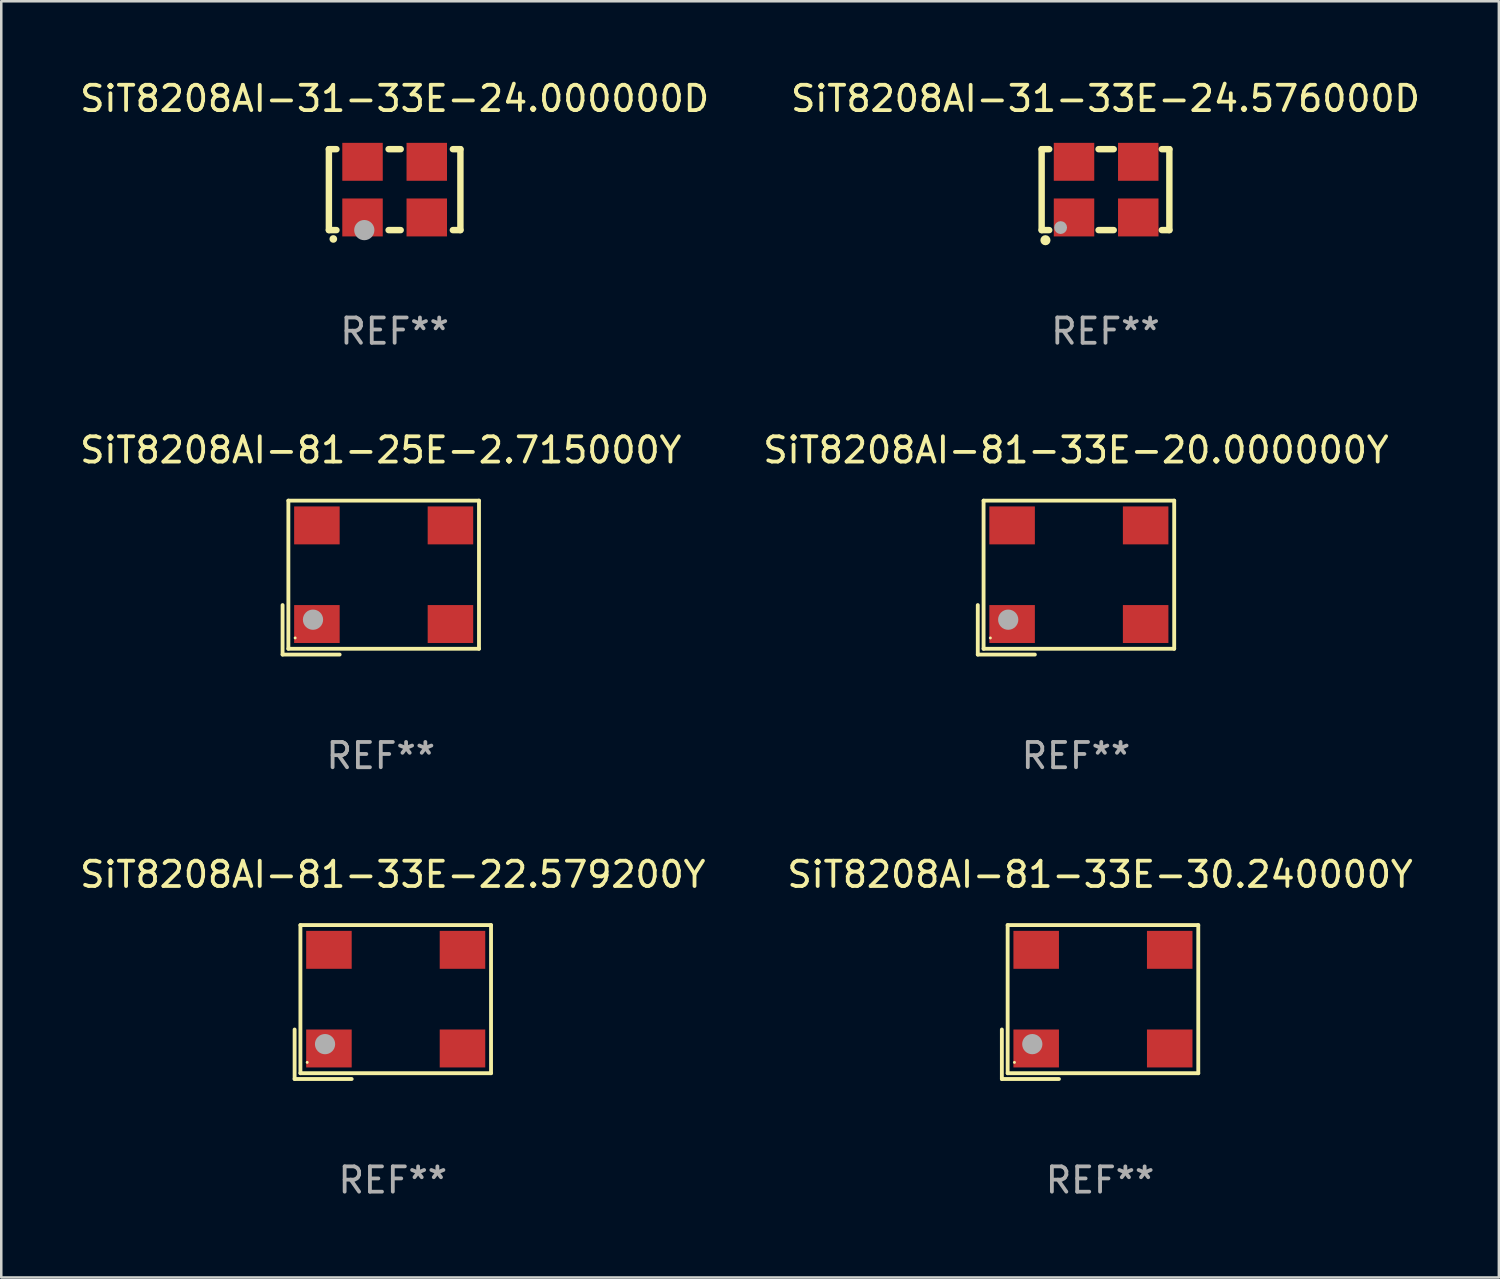
<source format=kicad_pcb>
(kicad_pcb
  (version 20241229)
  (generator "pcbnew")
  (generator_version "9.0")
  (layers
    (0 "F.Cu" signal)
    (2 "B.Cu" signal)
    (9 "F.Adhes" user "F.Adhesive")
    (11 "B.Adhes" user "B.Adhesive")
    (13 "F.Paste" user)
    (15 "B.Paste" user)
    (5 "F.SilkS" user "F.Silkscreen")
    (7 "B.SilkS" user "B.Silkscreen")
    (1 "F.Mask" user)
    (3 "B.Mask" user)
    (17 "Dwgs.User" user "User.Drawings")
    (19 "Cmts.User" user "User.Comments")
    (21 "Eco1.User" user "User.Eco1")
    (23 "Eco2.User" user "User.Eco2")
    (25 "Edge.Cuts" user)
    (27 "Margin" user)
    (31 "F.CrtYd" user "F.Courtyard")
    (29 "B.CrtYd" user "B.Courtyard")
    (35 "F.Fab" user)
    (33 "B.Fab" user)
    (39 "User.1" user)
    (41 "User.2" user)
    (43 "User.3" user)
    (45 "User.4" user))
  (footprint "SiT8208AI-31-33E-24.000000D"
    (layer "F.Cu")
    (at 12.554 4.448)
    (property "Reference" "SiT8208AI-31-33E-24.000000D" (at 0 -3.6 0) (layer "F.SilkS") (effects (font (size 1 1) (thickness 0.15))))
    (attr through_hole)
    (fp_line (start -2.6 -1.6) (end -2.301 -1.6) (stroke (width 0.254) (type solid)) (layer "F.SilkS"))
    (fp_line (start -2.6 1.6) (end -2.6 -1.6) (stroke (width 0.254) (type solid)) (layer "F.SilkS"))
    (fp_line (start -2.301 1.6) (end -2.6 1.6) (stroke (width 0.254) (type solid)) (layer "F.SilkS"))
    (fp_line (start -0.239 -1.6) (end 0.239 -1.6) (stroke (width 0.254) (type solid)) (layer "F.SilkS"))
    (fp_line (start 0.239 1.6) (end -0.239 1.6) (stroke (width 0.254) (type solid)) (layer "F.SilkS"))
    (fp_line (start 2.301 -1.6) (end 2.6 -1.6) (stroke (width 0.254) (type solid)) (layer "F.SilkS"))
    (fp_line (start 2.6 -1.6) (end 2.6 1.6) (stroke (width 0.254) (type solid)) (layer "F.SilkS"))
    (fp_line (start 2.6 1.6) (end 2.301 1.6) (stroke (width 0.254) (type solid)) (layer "F.SilkS"))
    (fp_arc (start -2.426213 1.949987) (mid -2.424943 1.949982) (end -2.423673 1.949987) (stroke (width 0.3) (type solid)) (layer "F.SilkS"))
    (fp_circle (center -2.5 1.6) (end -2.47 1.6) (stroke (width 0.06) (type solid)) (fill no) (layer "F.SilkS"))
    (fp_circle (center -1.2 1.6) (end -1 1.6) (stroke (width 0.4) (type solid)) (fill no) (layer "F.Fab"))
    (fp_text user "REF**" (at 0 5.6 0) (layer "F.Fab") (effects (font (size 1 1) (thickness 0.15))))
    (pad "1" smd rect (at -1.27 1.1) (size 1.6 1.5) (layers "F.Cu" "F.Mask" "F.Paste"))
    (pad "2" smd rect (at 1.27 1.1) (size 1.6 1.5) (layers "F.Cu" "F.Mask" "F.Paste"))
    (pad "3" smd rect (at 1.27 -1.1) (size 1.6 1.5) (layers "F.Cu" "F.Mask" "F.Paste"))
    (pad "4" smd rect (at -1.27 -1.1) (size 1.6 1.5) (layers "F.Cu" "F.Mask" "F.Paste")))
  (footprint "SiT8208AI-31-33E-24.576000D"
    (layer "F.Cu")
    (at 40.661 4.448)
    (property "Reference" "SiT8208AI-31-33E-24.576000D" (at 0 -3.6 0) (layer "F.SilkS") (effects (font (size 1 1) (thickness 0.15))))
    (attr through_hole)
    (fp_line (start -2.525 -1.6) (end -2.225 -1.6) (stroke (width 0.254) (type solid)) (layer "F.SilkS"))
    (fp_line (start -2.525 1.6) (end -2.525 -1.6) (stroke (width 0.254) (type solid)) (layer "F.SilkS"))
    (fp_line (start -2.225 1.6) (end -2.525 1.6) (stroke (width 0.254) (type solid)) (layer "F.SilkS"))
    (fp_line (start -0.275 -1.6) (end 0.325 -1.6) (stroke (width 0.254) (type solid)) (layer "F.SilkS"))
    (fp_line (start -0.275 1.6) (end 0.325 1.6) (stroke (width 0.254) (type solid)) (layer "F.SilkS"))
    (fp_line (start 2.225 -1.6) (end 2.525 -1.6) (stroke (width 0.254) (type solid)) (layer "F.SilkS"))
    (fp_line (start 2.525 -1.6) (end 2.525 1.6) (stroke (width 0.254) (type solid)) (layer "F.SilkS"))
    (fp_line (start 2.525 1.6) (end 2.225 1.6) (stroke (width 0.254) (type solid)) (layer "F.SilkS"))
    (fp_circle (center -2.475 1.65) (end -2.445 1.65) (stroke (width 0.06) (type solid)) (fill no) (layer "F.SilkS"))
    (fp_circle (center -2.375 2) (end -2.275 2) (stroke (width 0.2) (type solid)) (fill no) (layer "F.SilkS"))
    (fp_circle (center -1.775 1.5) (end -1.648 1.5) (stroke (width 0.254) (type solid)) (fill no) (layer "F.Fab"))
    (fp_text user "REF**" (at 0 5.6 0) (layer "F.Fab") (effects (font (size 1 1) (thickness 0.15))))
    (pad "1" smd rect (at -1.245 1.1) (size 1.6 1.5) (layers "F.Cu" "F.Mask" "F.Paste"))
    (pad "2" smd rect (at 1.295 1.1) (size 1.6 1.5) (layers "F.Cu" "F.Mask" "F.Paste"))
    (pad "3" smd rect (at 1.295 -1.1 180) (size 1.6 1.5) (layers "F.Cu" "F.Mask" "F.Paste"))
    (pad "4" smd rect (at -1.245 -1.1) (size 1.6 1.5) (layers "F.Cu" "F.Mask" "F.Paste")))
  (footprint "SiT8208AI-81-25E-2.715000Y"
    (layer "F.Cu")
    (at 12.006 19.788)
    (property "Reference" "SiT8208AI-81-25E-2.715000Y" (at 0 -5.043 0) (layer "F.SilkS") (effects (font (size 1 1) (thickness 0.15))))
    (attr through_hole)
    (fp_line (start -3.883 1.086) (end -3.883 3.043) (stroke (width 0.152) (type solid)) (layer "F.SilkS"))
    (fp_line (start -3.883 3.043) (end -1.626 3.043) (stroke (width 0.152) (type solid)) (layer "F.SilkS"))
    (fp_line (start -3.654 -3.043) (end 3.883 -3.043) (stroke (width 0.152) (type solid)) (layer "F.SilkS"))
    (fp_line (start -3.654 2.814) (end -3.654 -3.043) (stroke (width 0.152) (type solid)) (layer "F.SilkS"))
    (fp_line (start 3.883 -3.043) (end 3.883 2.814) (stroke (width 0.152) (type solid)) (layer "F.SilkS"))
    (fp_line (start 3.883 2.814) (end -3.654 2.814) (stroke (width 0.152) (type solid)) (layer "F.SilkS"))
    (fp_circle (center -3.386 2.386) (end -3.356 2.386) (stroke (width 0.06) (type solid)) (fill no) (layer "F.SilkS"))
    (fp_circle (center -2.68 1.664) (end -2.48 1.664) (stroke (width 0.4) (type solid)) (fill no) (layer "F.Fab"))
    (fp_text user "REF**" (at 0 7.043 0) (layer "F.Fab") (effects (font (size 1 1) (thickness 0.15))))
    (pad "1" smd rect (at -2.526 1.836) (size 1.8 1.5) (layers "F.Cu" "F.Mask" "F.Paste"))
    (pad "2" smd rect (at 2.754 1.836) (size 1.8 1.5) (layers "F.Cu" "F.Mask" "F.Paste"))
    (pad "3" smd rect (at 2.754 -2.064) (size 1.8 1.5) (layers "F.Cu" "F.Mask" "F.Paste"))
    (pad "4" smd rect (at -2.526 -2.064) (size 1.8 1.5) (layers "F.Cu" "F.Mask" "F.Paste")))
  (footprint "SiT8208AI-81-33E-20.000000Y"
    (layer "F.Cu")
    (at 39.494 19.788)
    (property "Reference" "SiT8208AI-81-33E-20.000000Y" (at 0 -5.043 0) (layer "F.SilkS") (effects (font (size 1 1) (thickness 0.15))))
    (attr through_hole)
    (fp_line (start -3.883 1.086) (end -3.883 3.043) (stroke (width 0.152) (type solid)) (layer "F.SilkS"))
    (fp_line (start -3.883 3.043) (end -1.626 3.043) (stroke (width 0.152) (type solid)) (layer "F.SilkS"))
    (fp_line (start -3.654 -3.043) (end 3.883 -3.043) (stroke (width 0.152) (type solid)) (layer "F.SilkS"))
    (fp_line (start -3.654 2.814) (end -3.654 -3.043) (stroke (width 0.152) (type solid)) (layer "F.SilkS"))
    (fp_line (start 3.883 -3.043) (end 3.883 2.814) (stroke (width 0.152) (type solid)) (layer "F.SilkS"))
    (fp_line (start 3.883 2.814) (end -3.654 2.814) (stroke (width 0.152) (type solid)) (layer "F.SilkS"))
    (fp_circle (center -3.386 2.386) (end -3.356 2.386) (stroke (width 0.06) (type solid)) (fill no) (layer "F.SilkS"))
    (fp_circle (center -2.68 1.664) (end -2.48 1.664) (stroke (width 0.4) (type solid)) (fill no) (layer "F.Fab"))
    (fp_text user "REF**" (at 0 7.043 0) (layer "F.Fab") (effects (font (size 1 1) (thickness 0.15))))
    (pad "1" smd rect (at -2.526 1.836) (size 1.8 1.5) (layers "F.Cu" "F.Mask" "F.Paste"))
    (pad "2" smd rect (at 2.754 1.836) (size 1.8 1.5) (layers "F.Cu" "F.Mask" "F.Paste"))
    (pad "3" smd rect (at 2.754 -2.064) (size 1.8 1.5) (layers "F.Cu" "F.Mask" "F.Paste"))
    (pad "4" smd rect (at -2.526 -2.064) (size 1.8 1.5) (layers "F.Cu" "F.Mask" "F.Paste")))
  (footprint "SiT8208AI-81-33E-30.240000Y"
    (layer "F.Cu")
    (at 40.446 36.57)
    (property "Reference" "SiT8208AI-81-33E-30.240000Y" (at 0 -5.043 0) (layer "F.SilkS") (effects (font (size 1 1) (thickness 0.15))))
    (attr through_hole)
    (fp_line (start -3.883 1.086) (end -3.883 3.043) (stroke (width 0.152) (type solid)) (layer "F.SilkS"))
    (fp_line (start -3.883 3.043) (end -1.626 3.043) (stroke (width 0.152) (type solid)) (layer "F.SilkS"))
    (fp_line (start -3.654 -3.043) (end 3.883 -3.043) (stroke (width 0.152) (type solid)) (layer "F.SilkS"))
    (fp_line (start -3.654 2.814) (end -3.654 -3.043) (stroke (width 0.152) (type solid)) (layer "F.SilkS"))
    (fp_line (start 3.883 -3.043) (end 3.883 2.814) (stroke (width 0.152) (type solid)) (layer "F.SilkS"))
    (fp_line (start 3.883 2.814) (end -3.654 2.814) (stroke (width 0.152) (type solid)) (layer "F.SilkS"))
    (fp_circle (center -3.386 2.386) (end -3.356 2.386) (stroke (width 0.06) (type solid)) (fill no) (layer "F.SilkS"))
    (fp_circle (center -2.68 1.664) (end -2.48 1.664) (stroke (width 0.4) (type solid)) (fill no) (layer "F.Fab"))
    (fp_text user "REF**" (at 0 7.043 0) (layer "F.Fab") (effects (font (size 1 1) (thickness 0.15))))
    (pad "1" smd rect (at -2.526 1.836) (size 1.8 1.5) (layers "F.Cu" "F.Mask" "F.Paste"))
    (pad "2" smd rect (at 2.754 1.836) (size 1.8 1.5) (layers "F.Cu" "F.Mask" "F.Paste"))
    (pad "3" smd rect (at 2.754 -2.064) (size 1.8 1.5) (layers "F.Cu" "F.Mask" "F.Paste"))
    (pad "4" smd rect (at -2.526 -2.064) (size 1.8 1.5) (layers "F.Cu" "F.Mask" "F.Paste")))
  (footprint "SiT8208AI-81-33E-22.579200Y"
    (layer "F.Cu")
    (at 12.482 36.57)
    (property "Reference" "SiT8208AI-81-33E-22.579200Y" (at 0 -5.043 0) (layer "F.SilkS") (effects (font (size 1 1) (thickness 0.15))))
    (attr through_hole)
    (fp_line (start -3.883 1.086) (end -3.883 3.043) (stroke (width 0.152) (type solid)) (layer "F.SilkS"))
    (fp_line (start -3.883 3.043) (end -1.626 3.043) (stroke (width 0.152) (type solid)) (layer "F.SilkS"))
    (fp_line (start -3.654 -3.043) (end 3.883 -3.043) (stroke (width 0.152) (type solid)) (layer "F.SilkS"))
    (fp_line (start -3.654 2.814) (end -3.654 -3.043) (stroke (width 0.152) (type solid)) (layer "F.SilkS"))
    (fp_line (start 3.883 -3.043) (end 3.883 2.814) (stroke (width 0.152) (type solid)) (layer "F.SilkS"))
    (fp_line (start 3.883 2.814) (end -3.654 2.814) (stroke (width 0.152) (type solid)) (layer "F.SilkS"))
    (fp_circle (center -3.386 2.386) (end -3.356 2.386) (stroke (width 0.06) (type solid)) (fill no) (layer "F.SilkS"))
    (fp_circle (center -2.68 1.664) (end -2.48 1.664) (stroke (width 0.4) (type solid)) (fill no) (layer "F.Fab"))
    (fp_text user "REF**" (at 0 7.043 0) (layer "F.Fab") (effects (font (size 1 1) (thickness 0.15))))
    (pad "1" smd rect (at -2.526 1.836) (size 1.8 1.5) (layers "F.Cu" "F.Mask" "F.Paste"))
    (pad "2" smd rect (at 2.754 1.836) (size 1.8 1.5) (layers "F.Cu" "F.Mask" "F.Paste"))
    (pad "3" smd rect (at 2.754 -2.064) (size 1.8 1.5) (layers "F.Cu" "F.Mask" "F.Paste"))
    (pad "4" smd rect (at -2.526 -2.064) (size 1.8 1.5) (layers "F.Cu" "F.Mask" "F.Paste")))
  (gr_rect
    (start -3 -3)
    (end 56.214 47.461)
    (stroke (width 0.1) (type default))
    (fill no)
    (layer "Edge.Cuts")))
</source>
